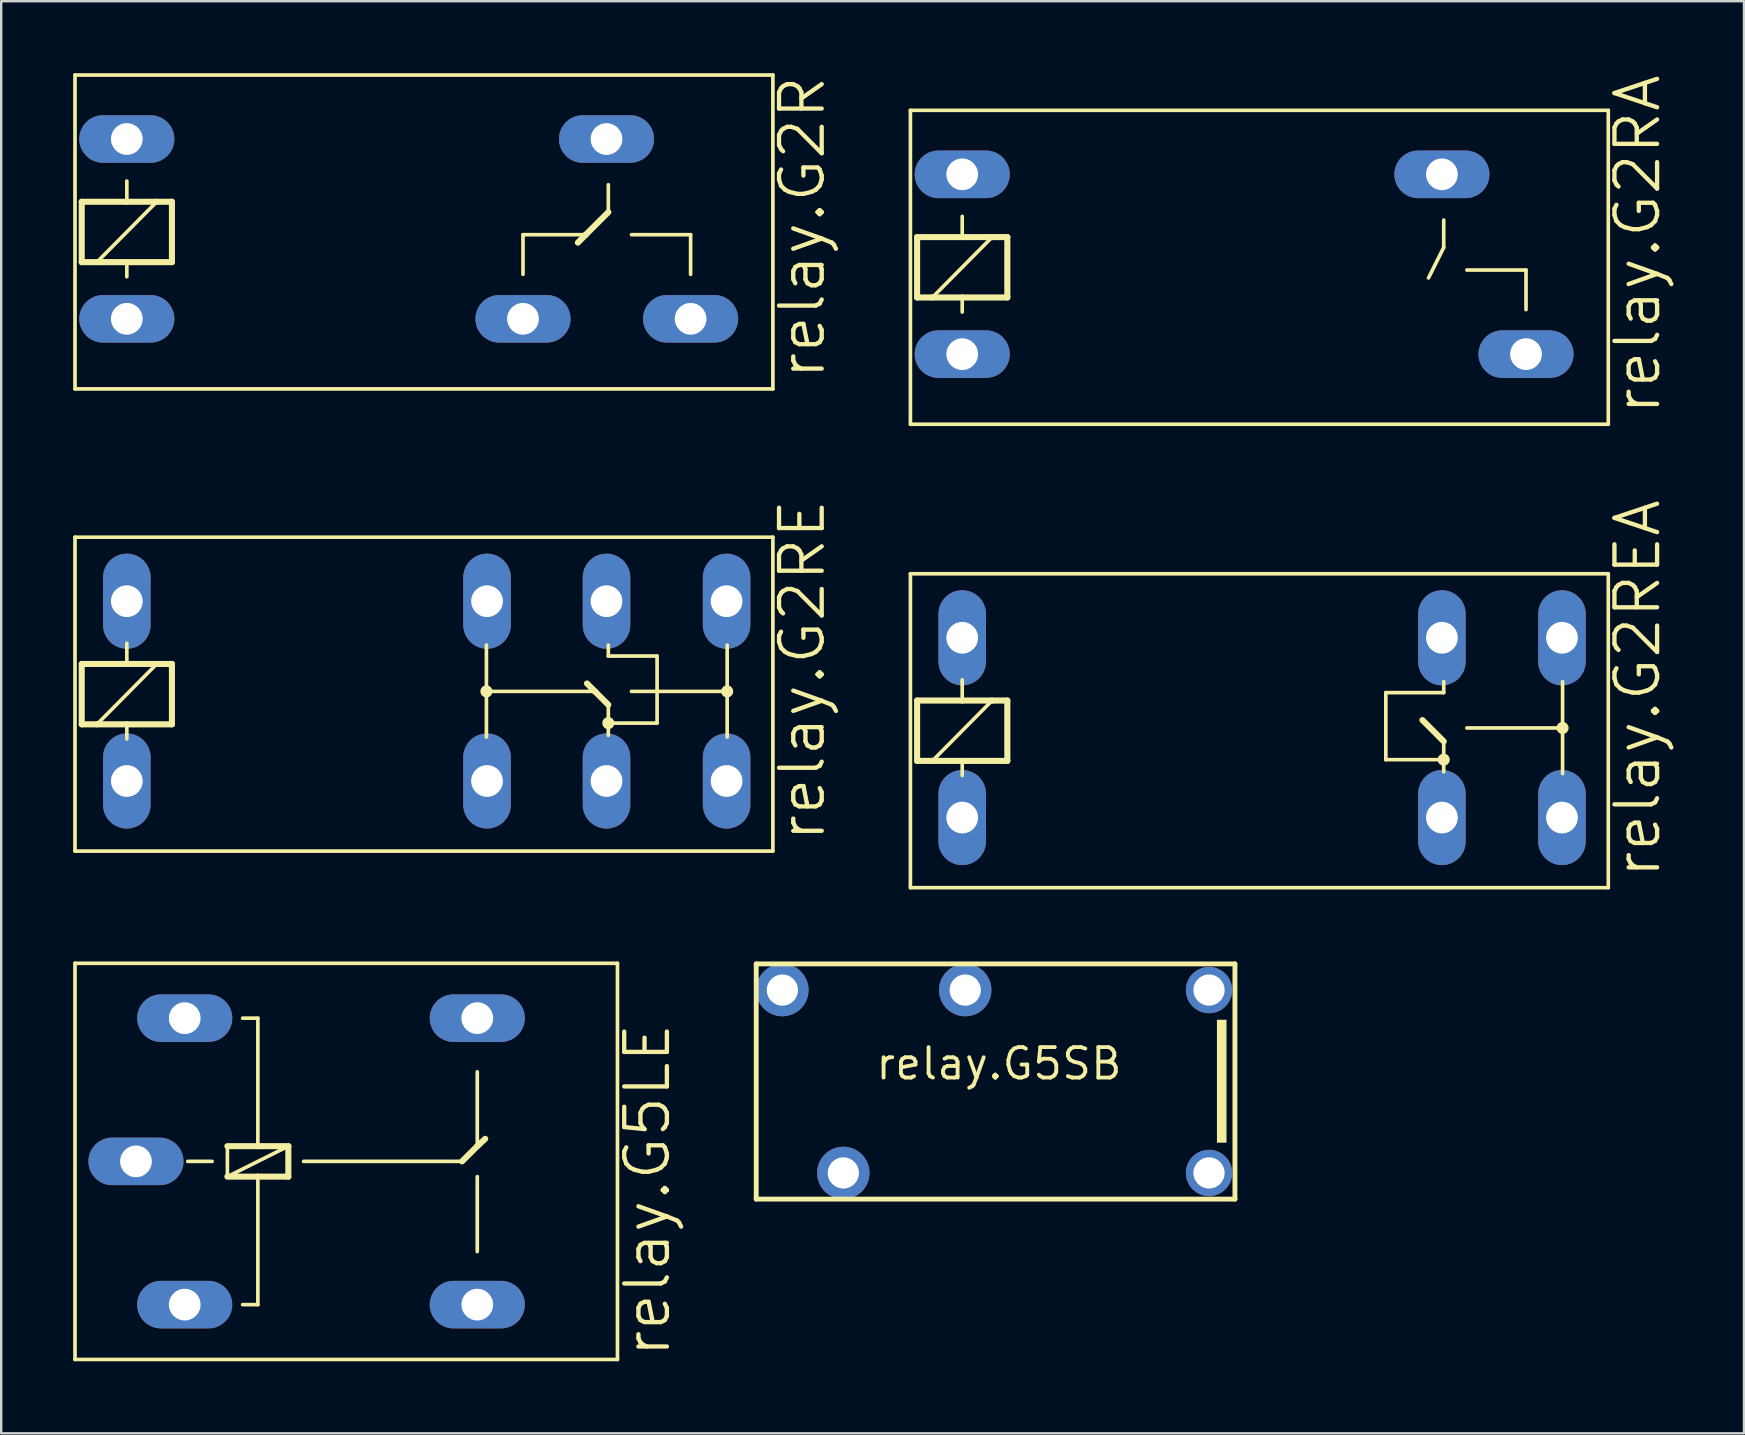
<source format=kicad_pcb>
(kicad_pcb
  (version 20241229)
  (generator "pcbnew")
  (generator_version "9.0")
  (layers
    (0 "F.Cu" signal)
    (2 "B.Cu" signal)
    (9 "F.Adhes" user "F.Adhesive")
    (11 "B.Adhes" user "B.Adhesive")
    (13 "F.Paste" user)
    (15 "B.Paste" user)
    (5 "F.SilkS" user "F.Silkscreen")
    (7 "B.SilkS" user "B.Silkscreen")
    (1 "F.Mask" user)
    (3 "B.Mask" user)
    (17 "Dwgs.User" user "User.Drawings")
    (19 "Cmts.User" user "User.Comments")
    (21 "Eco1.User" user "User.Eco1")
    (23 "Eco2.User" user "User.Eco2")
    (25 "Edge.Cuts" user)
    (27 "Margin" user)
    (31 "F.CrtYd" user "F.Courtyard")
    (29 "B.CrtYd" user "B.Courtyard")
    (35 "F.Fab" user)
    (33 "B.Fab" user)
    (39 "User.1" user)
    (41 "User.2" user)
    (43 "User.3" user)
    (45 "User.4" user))
  (footprint "relay.G5LE"
    (layer "F.Cu")
    (at 12.141 45.349)
    (property "Reference" "relay.G5LE" (at 12.827 8.255 90) (layer "F.SilkS") (effects (font (size 1.778 1.778) (thickness 0.18)) (justify left bottom)))
    (attr through_hole)
    (fp_line (start -12.065 -8.255) (end -12.065 8.255) (stroke (width 0.152) (type default)) (layer "F.SilkS"))
    (fp_line (start -12.065 -8.255) (end 10.541 -8.255) (stroke (width 0.152) (type default)) (layer "F.SilkS"))
    (fp_line (start -7.366 0) (end -6.35 0) (stroke (width 0.152) (type default)) (layer "F.SilkS"))
    (fp_line (start -5.715 -0.635) (end -5.715 0.635) (stroke (width 0.152) (type default)) (layer "F.SilkS"))
    (fp_line (start -5.715 0.635) (end -4.445 0.635) (stroke (width 0.254) (type default)) (layer "F.SilkS"))
    (fp_line (start -5.715 0.635) (end -3.175 -0.635) (stroke (width 0.152) (type default)) (layer "F.SilkS"))
    (fp_line (start -5.08 -5.969) (end -4.445 -5.969) (stroke (width 0.152) (type default)) (layer "F.SilkS"))
    (fp_line (start -4.445 -5.969) (end -4.445 -0.635) (stroke (width 0.152) (type default)) (layer "F.SilkS"))
    (fp_line (start -4.445 -0.635) (end -5.715 -0.635) (stroke (width 0.254) (type default)) (layer "F.SilkS"))
    (fp_line (start -4.445 0.635) (end -4.445 5.969) (stroke (width 0.152) (type default)) (layer "F.SilkS"))
    (fp_line (start -4.445 0.635) (end -3.175 0.635) (stroke (width 0.254) (type default)) (layer "F.SilkS"))
    (fp_line (start -4.445 5.969) (end -5.08 5.969) (stroke (width 0.152) (type default)) (layer "F.SilkS"))
    (fp_line (start -3.175 -0.635) (end -4.445 -0.635) (stroke (width 0.254) (type default)) (layer "F.SilkS"))
    (fp_line (start -3.175 0.635) (end -3.175 -0.635) (stroke (width 0.254) (type default)) (layer "F.SilkS"))
    (fp_line (start -2.54 0) (end 4.064 0) (stroke (width 0.152) (type default)) (layer "F.SilkS"))
    (fp_line (start 4.064 0) (end 4.699 -0.635) (stroke (width 0.254) (type default)) (layer "F.SilkS"))
    (fp_line (start 4.699 -3.734) (end 4.699 -0.635) (stroke (width 0.152) (type default)) (layer "F.SilkS"))
    (fp_line (start 4.699 -0.635) (end 5.029 -0.94) (stroke (width 0.254) (type default)) (layer "F.SilkS"))
    (fp_line (start 4.699 0.635) (end 4.699 3.759) (stroke (width 0.152) (type default)) (layer "F.SilkS"))
    (fp_line (start 10.541 8.255) (end -12.065 8.255) (stroke (width 0.152) (type default)) (layer "F.SilkS"))
    (fp_line (start 10.541 8.255) (end 10.541 -8.255) (stroke (width 0.152) (type default)) (layer "F.SilkS"))
    (pad "1" thru_hole oval (at -7.493 5.969) (size 3.962 1.981) (drill 1.321) (layers "*.Cu" "*.Mask"))
    (pad "2" thru_hole oval (at -7.493 -5.969) (size 3.962 1.981) (drill 1.321) (layers "*.Cu" "*.Mask"))
    (pad "O" thru_hole oval (at 4.699 -5.969) (size 3.962 1.981) (drill 1.321) (layers "*.Cu" "*.Mask"))
    (pad "P" thru_hole oval (at -9.525 0) (size 3.962 1.981) (drill 1.321) (layers "*.Cu" "*.Mask"))
    (pad "S" thru_hole oval (at 4.699 5.969) (size 3.962 1.981) (drill 1.321) (layers "*.Cu" "*.Mask")))
  (footprint "relay.G2RA"
    (layer "F.Cu")
    (at 40.859 8.025)
    (property "Reference" "relay.G2RA" (at 25.375 6.299 90) (layer "F.SilkS") (effects (font (size 1.778 1.778) (thickness 0.18)) (justify left bottom)))
    (attr through_hole)
    (fp_line (start -5.969 6.604) (end -5.969 -6.477) (stroke (width 0.152) (type default)) (layer "F.SilkS"))
    (fp_line (start -5.969 6.604) (end 23.114 6.604) (stroke (width 0.152) (type default)) (layer "F.SilkS"))
    (fp_line (start -5.69 -1.194) (end -3.81 -1.194) (stroke (width 0.254) (type default)) (layer "F.SilkS"))
    (fp_line (start -5.69 1.321) (end -5.69 -1.194) (stroke (width 0.254) (type default)) (layer "F.SilkS"))
    (fp_line (start -5.055 1.321) (end -5.69 1.321) (stroke (width 0.254) (type default)) (layer "F.SilkS"))
    (fp_line (start -3.81 -2.057) (end -3.81 -1.194) (stroke (width 0.152) (type default)) (layer "F.SilkS"))
    (fp_line (start -3.81 -1.194) (end -2.565 -1.194) (stroke (width 0.254) (type default)) (layer "F.SilkS"))
    (fp_line (start -3.81 1.321) (end -5.055 1.321) (stroke (width 0.254) (type default)) (layer "F.SilkS"))
    (fp_line (start -3.81 1.321) (end -3.81 1.93) (stroke (width 0.152) (type default)) (layer "F.SilkS"))
    (fp_line (start -2.565 -1.194) (end -5.055 1.321) (stroke (width 0.152) (type default)) (layer "F.SilkS"))
    (fp_line (start -2.565 -1.194) (end -1.93 -1.194) (stroke (width 0.254) (type default)) (layer "F.SilkS"))
    (fp_line (start -1.93 -1.194) (end -1.93 1.321) (stroke (width 0.254) (type default)) (layer "F.SilkS"))
    (fp_line (start -1.93 1.321) (end -3.81 1.321) (stroke (width 0.254) (type default)) (layer "F.SilkS"))
    (fp_line (start 15.621 0.508) (end 16.256 -0.762) (stroke (width 0.152) (type default)) (layer "F.SilkS"))
    (fp_line (start 16.256 -1.905) (end 16.256 -0.762) (stroke (width 0.152) (type default)) (layer "F.SilkS"))
    (fp_line (start 17.221 0.178) (end 19.685 0.178) (stroke (width 0.152) (type default)) (layer "F.SilkS"))
    (fp_line (start 19.685 0.178) (end 19.685 1.829) (stroke (width 0.152) (type default)) (layer "F.SilkS"))
    (fp_line (start 23.114 -6.477) (end -5.969 -6.477) (stroke (width 0.152) (type default)) (layer "F.SilkS"))
    (fp_line (start 23.114 -6.477) (end 23.114 6.604) (stroke (width 0.152) (type default)) (layer "F.SilkS"))
    (pad "1" thru_hole oval (at -3.81 3.683) (size 3.962 1.981) (drill 1.321) (layers "*.Cu" "*.Mask"))
    (pad "2" thru_hole oval (at -3.81 -3.81) (size 3.962 1.981) (drill 1.321) (layers "*.Cu" "*.Mask"))
    (pad "P" thru_hole oval (at 16.18 -3.81) (size 3.962 1.981) (drill 1.321) (layers "*.Cu" "*.Mask"))
    (pad "S" thru_hole oval (at 19.685 3.683) (size 3.962 1.981) (drill 1.321) (layers "*.Cu" "*.Mask")))
  (footprint "relay.G5SB"
    (layer "F.Cu")
    (at 39.714 42.02)
    (property "Reference" "relay.G5SB" (at -6.35 0 0) (layer "F.SilkS") (effects (font (size 1.27 1.27) (thickness 0.16)) (justify left bottom)))
    (attr through_hole)
    (fp_line (start -11.25 -4.9) (end 8.7 -4.9) (stroke (width 0.203) (type default)) (layer "F.SilkS"))
    (fp_line (start -11.25 4.9) (end -11.25 -4.9) (stroke (width 0.203) (type default)) (layer "F.SilkS"))
    (fp_line (start 8.7 -4.9) (end 8.7 4.9) (stroke (width 0.203) (type default)) (layer "F.SilkS"))
    (fp_line (start 8.7 4.9) (end -11.25 4.9) (stroke (width 0.203) (type default)) (layer "F.SilkS"))
    (fp_rect (start 7.975 2.525) (end 8.325 -2.55) (stroke (width 0.05) (type default)) (fill yes) (layer "F.SilkS"))
    (pad "1" thru_hole circle (at 7.62 -3.81 180) (size 1.93 1.93) (drill 1.3) (layers "*.Cu" "*.Mask"))
    (pad "2" thru_hole circle (at -2.54 -3.81 180) (size 2.184 2.184) (drill 1.3) (layers "*.Cu" "*.Mask"))
    (pad "3" thru_hole circle (at -10.16 -3.81 180) (size 2.184 2.184) (drill 1.3) (layers "*.Cu" "*.Mask"))
    (pad "4" thru_hole circle (at -7.62 3.81 180) (size 2.184 2.184) (drill 1.3) (layers "*.Cu" "*.Mask"))
    (pad "5" thru_hole circle (at 7.62 3.81 180) (size 1.93 1.93) (drill 1.3) (layers "*.Cu" "*.Mask")))
  (footprint "relay.G2REA"
    (layer "F.Cu")
    (at 39.589 27.338)
    (property "Reference" "relay.G2REA" (at 26.645 6.299 90) (layer "F.SilkS") (effects (font (size 1.778 1.778) (thickness 0.18)) (justify left bottom)))
    (attr through_hole)
    (fp_line (start -4.699 6.604) (end -4.699 -6.477) (stroke (width 0.152) (type default)) (layer "F.SilkS"))
    (fp_line (start -4.699 6.604) (end 24.384 6.604) (stroke (width 0.152) (type default)) (layer "F.SilkS"))
    (fp_line (start -4.42 -1.194) (end -2.54 -1.194) (stroke (width 0.254) (type default)) (layer "F.SilkS"))
    (fp_line (start -4.42 1.321) (end -4.42 -1.194) (stroke (width 0.254) (type default)) (layer "F.SilkS"))
    (fp_line (start -3.785 1.321) (end -4.42 1.321) (stroke (width 0.254) (type default)) (layer "F.SilkS"))
    (fp_line (start -2.54 -2.057) (end -2.54 -1.194) (stroke (width 0.152) (type default)) (layer "F.SilkS"))
    (fp_line (start -2.54 -1.194) (end -1.295 -1.194) (stroke (width 0.254) (type default)) (layer "F.SilkS"))
    (fp_line (start -2.54 1.321) (end -3.785 1.321) (stroke (width 0.254) (type default)) (layer "F.SilkS"))
    (fp_line (start -2.54 1.321) (end -2.54 1.93) (stroke (width 0.152) (type default)) (layer "F.SilkS"))
    (fp_line (start -1.295 -1.194) (end -3.785 1.321) (stroke (width 0.152) (type default)) (layer "F.SilkS"))
    (fp_line (start -1.295 -1.194) (end -0.66 -1.194) (stroke (width 0.254) (type default)) (layer "F.SilkS"))
    (fp_line (start -0.66 -1.194) (end -0.66 1.321) (stroke (width 0.254) (type default)) (layer "F.SilkS"))
    (fp_line (start -0.66 1.321) (end -2.54 1.321) (stroke (width 0.254) (type default)) (layer "F.SilkS"))
    (fp_line (start 15.113 1.27) (end 15.113 -1.524) (stroke (width 0.152) (type default)) (layer "F.SilkS"))
    (fp_line (start 15.113 1.27) (end 17.526 1.27) (stroke (width 0.152) (type default)) (layer "F.SilkS"))
    (fp_line (start 16.637 -0.381) (end 17.526 0.508) (stroke (width 0.254) (type default)) (layer "F.SilkS"))
    (fp_line (start 17.526 -1.524) (end 15.113 -1.524) (stroke (width 0.152) (type default)) (layer "F.SilkS"))
    (fp_line (start 17.526 -1.524) (end 17.526 -1.981) (stroke (width 0.152) (type default)) (layer "F.SilkS"))
    (fp_line (start 17.526 1.27) (end 17.526 0.508) (stroke (width 0.152) (type default)) (layer "F.SilkS"))
    (fp_line (start 17.526 1.778) (end 17.526 1.27) (stroke (width 0.152) (type default)) (layer "F.SilkS"))
    (fp_line (start 18.491 -0.051) (end 22.479 -0.051) (stroke (width 0.152) (type default)) (layer "F.SilkS"))
    (fp_line (start 22.479 -0.051) (end 22.479 -1.981) (stroke (width 0.152) (type default)) (layer "F.SilkS"))
    (fp_line (start 22.479 -0.051) (end 22.479 1.854) (stroke (width 0.152) (type default)) (layer "F.SilkS"))
    (fp_line (start 24.384 -6.477) (end -4.699 -6.477) (stroke (width 0.152) (type default)) (layer "F.SilkS"))
    (fp_line (start 24.384 -6.477) (end 24.384 6.604) (stroke (width 0.152) (type default)) (layer "F.SilkS"))
    (fp_circle (center 17.526 1.27) (end 17.653 1.27) (stroke (width 0.254) (type default)) (fill no) (layer "F.SilkS"))
    (fp_circle (center 22.479 -0.051) (end 22.606 -0.051) (stroke (width 0.254) (type default)) (fill no) (layer "F.SilkS"))
    (pad "1" thru_hole oval (at -2.54 3.683 90) (size 3.962 1.981) (drill 1.321) (layers "*.Cu" "*.Mask"))
    (pad "2" thru_hole oval (at -2.54 -3.81 90) (size 3.962 1.981) (drill 1.321) (layers "*.Cu" "*.Mask"))
    (pad "P" thru_hole oval (at 17.45 3.683 90) (size 3.962 1.981) (drill 1.321) (layers "*.Cu" "*.Mask"))
    (pad "P@" thru_hole oval (at 17.45 -3.81 90) (size 3.962 1.981) (drill 1.321) (layers "*.Cu" "*.Mask"))
    (pad "S" thru_hole oval (at 22.454 3.683 90) (size 3.962 1.981) (drill 1.321) (layers "*.Cu" "*.Mask"))
    (pad "S@" thru_hole oval (at 22.454 -3.81 90) (size 3.962 1.981) (drill 1.321) (layers "*.Cu" "*.Mask")))
  (footprint "relay.G2RE"
    (layer "F.Cu")
    (at 4.775 25.814)
    (property "Reference" "relay.G2RE" (at 26.645 6.299 90) (layer "F.SilkS") (effects (font (size 1.778 1.778) (thickness 0.18)) (justify left bottom)))
    (attr through_hole)
    (fp_line (start -4.699 6.604) (end -4.699 -6.477) (stroke (width 0.152) (type default)) (layer "F.SilkS"))
    (fp_line (start -4.699 6.604) (end 24.384 6.604) (stroke (width 0.152) (type default)) (layer "F.SilkS"))
    (fp_line (start -4.42 -1.194) (end -2.54 -1.194) (stroke (width 0.254) (type default)) (layer "F.SilkS"))
    (fp_line (start -4.42 1.321) (end -4.42 -1.194) (stroke (width 0.254) (type default)) (layer "F.SilkS"))
    (fp_line (start -3.785 1.321) (end -4.42 1.321) (stroke (width 0.254) (type default)) (layer "F.SilkS"))
    (fp_line (start -2.54 -2.057) (end -2.54 -1.194) (stroke (width 0.152) (type default)) (layer "F.SilkS"))
    (fp_line (start -2.54 -1.194) (end -1.295 -1.194) (stroke (width 0.254) (type default)) (layer "F.SilkS"))
    (fp_line (start -2.54 1.321) (end -3.785 1.321) (stroke (width 0.254) (type default)) (layer "F.SilkS"))
    (fp_line (start -2.54 1.321) (end -2.54 1.93) (stroke (width 0.152) (type default)) (layer "F.SilkS"))
    (fp_line (start -1.295 -1.194) (end -3.785 1.321) (stroke (width 0.152) (type default)) (layer "F.SilkS"))
    (fp_line (start -1.295 -1.194) (end -0.66 -1.194) (stroke (width 0.254) (type default)) (layer "F.SilkS"))
    (fp_line (start -0.66 -1.194) (end -0.66 1.321) (stroke (width 0.254) (type default)) (layer "F.SilkS"))
    (fp_line (start -0.66 1.321) (end -2.54 1.321) (stroke (width 0.254) (type default)) (layer "F.SilkS"))
    (fp_line (start 12.446 -0.051) (end 12.446 -1.981) (stroke (width 0.152) (type default)) (layer "F.SilkS"))
    (fp_line (start 12.446 -0.051) (end 12.446 1.854) (stroke (width 0.152) (type default)) (layer "F.SilkS"))
    (fp_line (start 16.637 -0.381) (end 16.967 -0.051) (stroke (width 0.254) (type default)) (layer "F.SilkS"))
    (fp_line (start 16.967 -0.051) (end 12.446 -0.051) (stroke (width 0.152) (type default)) (layer "F.SilkS"))
    (fp_line (start 16.967 -0.051) (end 17.526 0.508) (stroke (width 0.254) (type default)) (layer "F.SilkS"))
    (fp_line (start 17.526 -1.524) (end 17.526 -1.981) (stroke (width 0.152) (type default)) (layer "F.SilkS"))
    (fp_line (start 17.526 -1.524) (end 19.558 -1.524) (stroke (width 0.152) (type default)) (layer "F.SilkS"))
    (fp_line (start 17.526 1.27) (end 17.526 0.508) (stroke (width 0.152) (type default)) (layer "F.SilkS"))
    (fp_line (start 17.526 1.778) (end 17.526 1.27) (stroke (width 0.152) (type default)) (layer "F.SilkS"))
    (fp_line (start 18.491 -0.051) (end 22.479 -0.051) (stroke (width 0.152) (type default)) (layer "F.SilkS"))
    (fp_line (start 19.558 1.27) (end 17.526 1.27) (stroke (width 0.152) (type default)) (layer "F.SilkS"))
    (fp_line (start 19.558 1.27) (end 19.558 -1.524) (stroke (width 0.152) (type default)) (layer "F.SilkS"))
    (fp_line (start 22.479 -0.051) (end 22.479 -1.981) (stroke (width 0.152) (type default)) (layer "F.SilkS"))
    (fp_line (start 22.479 -0.051) (end 22.479 1.854) (stroke (width 0.152) (type default)) (layer "F.SilkS"))
    (fp_line (start 24.384 -6.477) (end -4.699 -6.477) (stroke (width 0.152) (type default)) (layer "F.SilkS"))
    (fp_line (start 24.384 -6.477) (end 24.384 6.604) (stroke (width 0.152) (type default)) (layer "F.SilkS"))
    (fp_circle (center 12.446 -0.051) (end 12.573 -0.051) (stroke (width 0.254) (type default)) (fill no) (layer "F.SilkS"))
    (fp_circle (center 17.526 1.27) (end 17.653 1.27) (stroke (width 0.254) (type default)) (fill no) (layer "F.SilkS"))
    (fp_circle (center 22.479 -0.051) (end 22.606 -0.051) (stroke (width 0.254) (type default)) (fill no) (layer "F.SilkS"))
    (pad "1" thru_hole oval (at -2.54 3.683 90) (size 3.962 1.981) (drill 1.321) (layers "*.Cu" "*.Mask"))
    (pad "2" thru_hole oval (at -2.54 -3.81 90) (size 3.962 1.981) (drill 1.321) (layers "*.Cu" "*.Mask"))
    (pad "O0" thru_hole oval (at 12.471 3.683 90) (size 3.962 1.981) (drill 1.321) (layers "*.Cu" "*.Mask"))
    (pad "O1" thru_hole oval (at 12.471 -3.81 90) (size 3.962 1.981) (drill 1.321) (layers "*.Cu" "*.Mask"))
    (pad "P0" thru_hole oval (at 17.45 3.683 90) (size 3.962 1.981) (drill 1.321) (layers "*.Cu" "*.Mask"))
    (pad "P1" thru_hole oval (at 17.45 -3.81 90) (size 3.962 1.981) (drill 1.321) (layers "*.Cu" "*.Mask"))
    (pad "S0" thru_hole oval (at 22.454 3.683 90) (size 3.962 1.981) (drill 1.321) (layers "*.Cu" "*.Mask"))
    (pad "S1" thru_hole oval (at 22.454 -3.81 90) (size 3.962 1.981) (drill 1.321) (layers "*.Cu" "*.Mask")))
  (footprint "relay.G2R"
    (layer "F.Cu")
    (at 4.775 6.553)
    (property "Reference" "relay.G2R" (at 26.645 6.299 90) (layer "F.SilkS") (effects (font (size 1.778 1.778) (thickness 0.18)) (justify left bottom)))
    (attr through_hole)
    (fp_line (start -4.699 6.604) (end -4.699 -6.477) (stroke (width 0.152) (type default)) (layer "F.SilkS"))
    (fp_line (start -4.699 6.604) (end 24.384 6.604) (stroke (width 0.152) (type default)) (layer "F.SilkS"))
    (fp_line (start -4.42 -1.194) (end -2.54 -1.194) (stroke (width 0.254) (type default)) (layer "F.SilkS"))
    (fp_line (start -4.42 1.321) (end -4.42 -1.194) (stroke (width 0.254) (type default)) (layer "F.SilkS"))
    (fp_line (start -3.785 1.321) (end -4.42 1.321) (stroke (width 0.254) (type default)) (layer "F.SilkS"))
    (fp_line (start -2.54 -2.057) (end -2.54 -1.194) (stroke (width 0.152) (type default)) (layer "F.SilkS"))
    (fp_line (start -2.54 -1.194) (end -1.295 -1.194) (stroke (width 0.254) (type default)) (layer "F.SilkS"))
    (fp_line (start -2.54 1.321) (end -3.785 1.321) (stroke (width 0.254) (type default)) (layer "F.SilkS"))
    (fp_line (start -2.54 1.321) (end -2.54 1.93) (stroke (width 0.152) (type default)) (layer "F.SilkS"))
    (fp_line (start -1.295 -1.194) (end -3.785 1.321) (stroke (width 0.152) (type default)) (layer "F.SilkS"))
    (fp_line (start -1.295 -1.194) (end -0.66 -1.194) (stroke (width 0.254) (type default)) (layer "F.SilkS"))
    (fp_line (start -0.66 -1.194) (end -0.66 1.321) (stroke (width 0.254) (type default)) (layer "F.SilkS"))
    (fp_line (start -0.66 1.321) (end -2.54 1.321) (stroke (width 0.254) (type default)) (layer "F.SilkS"))
    (fp_line (start 13.97 0.178) (end 13.97 1.829) (stroke (width 0.152) (type default)) (layer "F.SilkS"))
    (fp_line (start 16.256 0.508) (end 16.586 0.178) (stroke (width 0.254) (type default)) (layer "F.SilkS"))
    (fp_line (start 16.586 0.178) (end 13.97 0.178) (stroke (width 0.152) (type default)) (layer "F.SilkS"))
    (fp_line (start 16.586 0.178) (end 17.526 -0.762) (stroke (width 0.254) (type default)) (layer "F.SilkS"))
    (fp_line (start 17.526 -1.905) (end 17.526 -0.762) (stroke (width 0.152) (type default)) (layer "F.SilkS"))
    (fp_line (start 18.491 0.178) (end 20.955 0.178) (stroke (width 0.152) (type default)) (layer "F.SilkS"))
    (fp_line (start 20.955 0.178) (end 20.955 1.829) (stroke (width 0.152) (type default)) (layer "F.SilkS"))
    (fp_line (start 24.384 -6.477) (end -4.699 -6.477) (stroke (width 0.152) (type default)) (layer "F.SilkS"))
    (fp_line (start 24.384 -6.477) (end 24.384 6.604) (stroke (width 0.152) (type default)) (layer "F.SilkS"))
    (pad "1" thru_hole oval (at -2.54 3.683) (size 3.962 1.981) (drill 1.321) (layers "*.Cu" "*.Mask"))
    (pad "2" thru_hole oval (at -2.54 -3.81) (size 3.962 1.981) (drill 1.321) (layers "*.Cu" "*.Mask"))
    (pad "O" thru_hole oval (at 13.97 3.683) (size 3.962 1.981) (drill 1.321) (layers "*.Cu" "*.Mask"))
    (pad "P" thru_hole oval (at 17.45 -3.81) (size 3.962 1.981) (drill 1.321) (layers "*.Cu" "*.Mask"))
    (pad "S" thru_hole oval (at 20.955 3.683) (size 3.962 1.981) (drill 1.321) (layers "*.Cu" "*.Mask")))
  (gr_rect
    (start -3 -3)
    (end 69.628 56.681)
    (stroke (width 0.1) (type default))
    (fill no)
    (layer "Edge.Cuts")))
</source>
